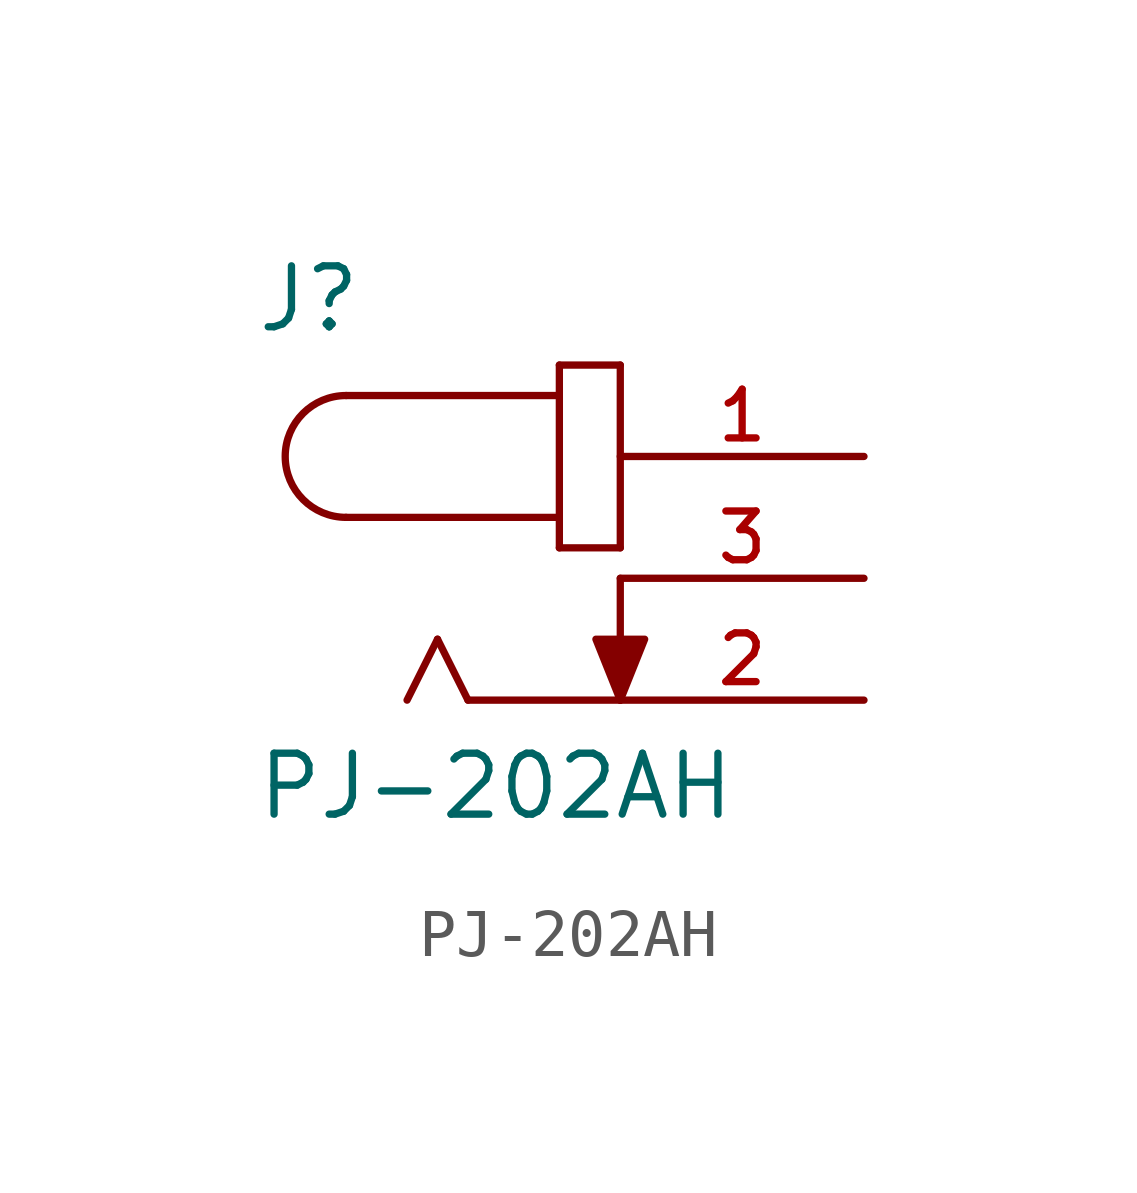
<source format=kicad_sym>
(kicad_symbol_lib
  (version 20211014)
  (generator kicad_symbol_editor)
  (symbol "PJ-202AH"
    (pin_names
      (offset 1.016))
    (property "Reference" "J"
      (at -7.62 5.08 0)
      (effects (font (size 1.27 1.27)) (justify bottom left)))
    (property "Value" "PJ-202AH"
      (at -7.62 -5.08 0)
      (effects (font (size 1.27 1.27)) (justify bottom left)))
    (symbol "PJ-202AH_0_0"
      (arc (start -5.715 3.81) (mid -6.985 2.54) (end -5.715 1.27) (stroke (width 0.1524) (type default) (color 0 0 0 0)) (fill (type none)))
      (polyline (pts (xy -5.715 3.81) (xy -1.27 3.81)) (stroke (width 0.152)))
      (polyline (pts (xy -1.27 3.81) (xy -1.27 1.27)) (stroke (width 0.152)))
      (polyline (pts (xy -1.27 1.27) (xy -5.715 1.27)) (stroke (width 0.152)))
      (polyline (pts (xy -1.27 1.27) (xy -1.27 0.635)) (stroke (width 0.152)))
      (polyline (pts (xy -1.27 0.635) (xy 0.0 0.635)) (stroke (width 0.152)))
      (polyline (pts (xy 0.0 0.635) (xy 0.0 4.445)) (stroke (width 0.152)))
      (polyline (pts (xy 0.0 4.445) (xy -1.27 4.445)) (stroke (width 0.152)))
      (polyline (pts (xy -1.27 4.445) (xy -1.27 3.81)) (stroke (width 0.152)))
      (polyline (pts (xy 0.0 -2.54) (xy -3.175 -2.54)) (stroke (width 0.152)))
      (polyline (pts (xy -3.175 -2.54) (xy -3.81 -1.27)) (stroke (width 0.152)))
      (polyline (pts (xy -3.81 -1.27) (xy -4.445 -2.54)) (stroke (width 0.152)))
      (polyline (pts (xy 0.0 0.0) (xy 0.0 -2.54)) (stroke (width 0.152)))
      (polyline (pts (xy 0.0 -2.54) (xy -0.508 -1.27) (xy 0.508 -1.27) (xy 0.0 -2.54)) (stroke (width 0.152)) (fill (type outline)))
      (pin passive line (at 5.08 2.54 180.0) (length 5.08) (name "~" (effects (font (size 1.016 1.016)))) (number "1" (effects (font (size 1.016 1.016)))))
      (pin passive line (at 5.08 0.0 180.0) (length 5.08) (name "~" (effects (font (size 1.016 1.016)))) (number "3" (effects (font (size 1.016 1.016)))))
      (pin passive line (at 5.08 -2.54 180.0) (length 5.08) (name "~" (effects (font (size 1.016 1.016)))) (number "2" (effects (font (size 1.016 1.016))))))))
</source>
